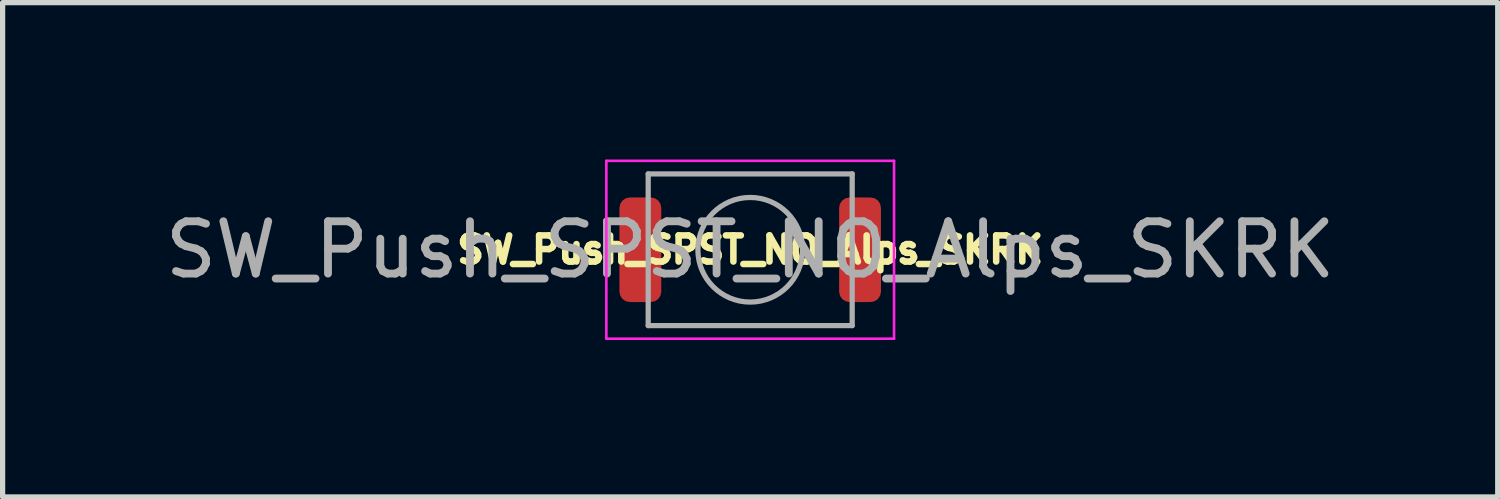
<source format=kicad_pcb>
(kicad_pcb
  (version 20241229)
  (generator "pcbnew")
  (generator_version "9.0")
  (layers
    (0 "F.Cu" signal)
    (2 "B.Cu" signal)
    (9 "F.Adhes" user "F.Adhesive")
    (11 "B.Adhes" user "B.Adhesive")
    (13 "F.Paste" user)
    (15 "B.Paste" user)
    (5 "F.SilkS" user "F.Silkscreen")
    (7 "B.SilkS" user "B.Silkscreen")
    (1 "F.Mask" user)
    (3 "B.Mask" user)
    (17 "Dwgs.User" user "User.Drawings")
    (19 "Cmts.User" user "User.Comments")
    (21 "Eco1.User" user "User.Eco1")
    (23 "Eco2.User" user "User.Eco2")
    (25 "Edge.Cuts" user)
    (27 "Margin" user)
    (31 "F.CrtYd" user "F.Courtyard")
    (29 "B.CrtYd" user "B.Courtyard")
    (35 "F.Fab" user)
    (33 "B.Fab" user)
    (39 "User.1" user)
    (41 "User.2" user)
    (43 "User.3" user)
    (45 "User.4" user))
  (footprint "SW_Push_SPST_NO_Alps_SKRK"
    (layer "F.Cu")
    (at 11.292 1.725)
    (property "Reference" "SW_Push_SPST_NO_Alps_SKRK" (at 0 0 0) (layer "F.SilkS") (effects (font (size 0.5 0.5) (thickness 0.15))))
    (attr smd)
    (fp_line (start -2.75 -1.7) (end 2.75 -1.7) (stroke (width 0.05) (type solid)) (layer "F.CrtYd"))
    (fp_line (start -2.75 1.7) (end -2.75 -1.7) (stroke (width 0.05) (type solid)) (layer "F.CrtYd"))
    (fp_line (start 2.75 -1.7) (end 2.75 1.7) (stroke (width 0.05) (type solid)) (layer "F.CrtYd"))
    (fp_line (start 2.75 1.7) (end -2.75 1.7) (stroke (width 0.05) (type solid)) (layer "F.CrtYd"))
    (fp_line (start -1.95 -1.45) (end 1.95 -1.45) (stroke (width 0.1) (type solid)) (layer "F.Fab"))
    (fp_line (start -1.95 1.45) (end -1.95 -1.45) (stroke (width 0.1) (type solid)) (layer "F.Fab"))
    (fp_line (start 1.95 -1.45) (end 1.95 1.45) (stroke (width 0.1) (type solid)) (layer "F.Fab"))
    (fp_line (start 1.95 1.45) (end -1.95 1.45) (stroke (width 0.1) (type solid)) (layer "F.Fab"))
    (fp_circle (center 0 0) (end 1 0) (stroke (width 0.1) (type solid)) (fill no) (layer "F.Fab"))
    (fp_text user "${REFERENCE}" (at 0 0 0) (layer "F.Fab") (effects (font (size 1 1) (thickness 0.15))))
    (pad "1" smd roundrect (at -2.1 0) (size 0.8 2) (layers "F.Cu" "F.Mask" "F.Paste") (roundrect_rratio 0.25))
    (pad "2" smd roundrect (at 2.1 0) (size 0.8 2) (layers "F.Cu" "F.Mask" "F.Paste") (roundrect_rratio 0.25)))
  (gr_rect
    (start -3 -3)
    (end 25.583 6.45)
    (stroke (width 0.1) (type default))
    (fill no)
    (layer "Edge.Cuts")))
</source>
